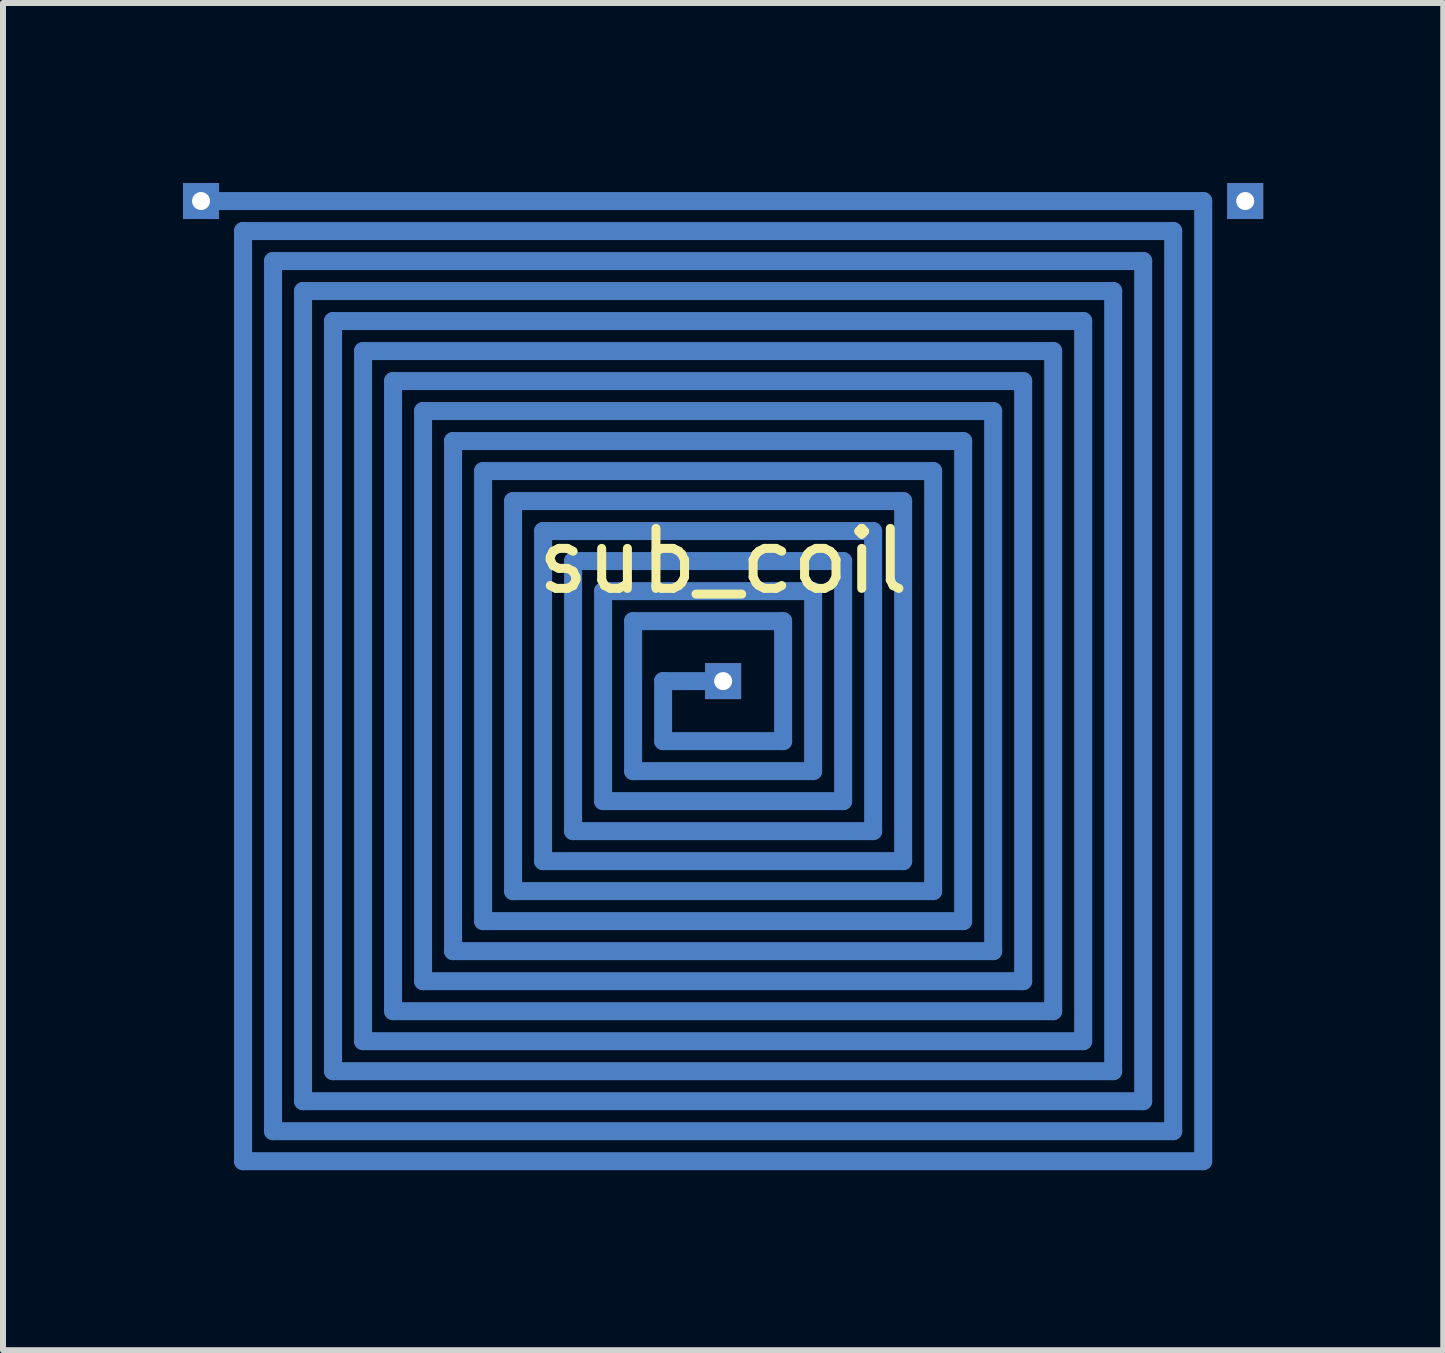
<source format=kicad_pcb>
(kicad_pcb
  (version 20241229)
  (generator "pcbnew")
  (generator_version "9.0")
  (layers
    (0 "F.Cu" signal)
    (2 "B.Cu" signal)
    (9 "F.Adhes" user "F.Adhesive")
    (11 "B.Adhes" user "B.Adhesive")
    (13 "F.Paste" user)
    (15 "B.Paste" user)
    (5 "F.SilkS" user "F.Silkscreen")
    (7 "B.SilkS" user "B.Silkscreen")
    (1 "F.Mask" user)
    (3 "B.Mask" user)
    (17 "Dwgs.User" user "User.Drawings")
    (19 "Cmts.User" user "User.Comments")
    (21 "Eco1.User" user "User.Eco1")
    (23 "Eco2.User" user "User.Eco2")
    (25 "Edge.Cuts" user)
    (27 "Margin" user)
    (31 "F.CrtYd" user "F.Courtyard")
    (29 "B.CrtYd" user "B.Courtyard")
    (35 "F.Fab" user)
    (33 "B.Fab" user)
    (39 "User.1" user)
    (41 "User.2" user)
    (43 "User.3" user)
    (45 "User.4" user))
  (footprint "sub_coil"
    (layer "F.Cu")
    (at 9 8.3)
    (property "Reference" "sub_coil" (at 0 -2 0) (layer "F.SilkS") (effects (font (size 1 1) (thickness 0.15))))
    (attr through_hole)
    (fp_line (start -8.7 -8) (end 8 -8) (stroke (width 0.3) (type solid)) (layer "B.Cu"))
    (fp_line (start -8 -7.5) (end 7.5 -7.5) (stroke (width 0.3) (type solid)) (layer "B.Cu"))
    (fp_line (start -8 8) (end -8 -7.5) (stroke (width 0.3) (type solid)) (layer "B.Cu"))
    (fp_line (start -7.5 -7) (end 7 -7) (stroke (width 0.3) (type solid)) (layer "B.Cu"))
    (fp_line (start -7.5 7.5) (end -7.5 -7) (stroke (width 0.3) (type solid)) (layer "B.Cu"))
    (fp_line (start -7 -6.5) (end 6.5 -6.5) (stroke (width 0.3) (type solid)) (layer "B.Cu"))
    (fp_line (start -7 7) (end -7 -6.5) (stroke (width 0.3) (type solid)) (layer "B.Cu"))
    (fp_line (start -6.5 -6) (end 6 -6) (stroke (width 0.3) (type solid)) (layer "B.Cu"))
    (fp_line (start -6.5 6.5) (end -6.5 -6) (stroke (width 0.3) (type solid)) (layer "B.Cu"))
    (fp_line (start -6 -5.5) (end 5.5 -5.5) (stroke (width 0.3) (type solid)) (layer "B.Cu"))
    (fp_line (start -6 6) (end -6 -5.5) (stroke (width 0.3) (type solid)) (layer "B.Cu"))
    (fp_line (start -5.5 -5) (end 5 -5) (stroke (width 0.3) (type solid)) (layer "B.Cu"))
    (fp_line (start -5.5 5.5) (end -5.5 -5) (stroke (width 0.3) (type solid)) (layer "B.Cu"))
    (fp_line (start -5 -4.5) (end 4.5 -4.5) (stroke (width 0.3) (type solid)) (layer "B.Cu"))
    (fp_line (start -5 5) (end -5 -4.5) (stroke (width 0.3) (type solid)) (layer "B.Cu"))
    (fp_line (start -4.5 -4) (end 4 -4) (stroke (width 0.3) (type solid)) (layer "B.Cu"))
    (fp_line (start -4.5 4.5) (end -4.5 -4) (stroke (width 0.3) (type solid)) (layer "B.Cu"))
    (fp_line (start -4 -3.5) (end 3.5 -3.5) (stroke (width 0.3) (type solid)) (layer "B.Cu"))
    (fp_line (start -4 4) (end -4 -3.5) (stroke (width 0.3) (type solid)) (layer "B.Cu"))
    (fp_line (start -3.5 -3) (end 3 -3) (stroke (width 0.3) (type solid)) (layer "B.Cu"))
    (fp_line (start -3.5 3.5) (end -3.5 -3) (stroke (width 0.3) (type solid)) (layer "B.Cu"))
    (fp_line (start -3 -2.5) (end 2.5 -2.5) (stroke (width 0.3) (type solid)) (layer "B.Cu"))
    (fp_line (start -3 3) (end -3 -2.5) (stroke (width 0.3) (type solid)) (layer "B.Cu"))
    (fp_line (start -2.5 -2) (end 2 -2) (stroke (width 0.3) (type solid)) (layer "B.Cu"))
    (fp_line (start -2.5 2.5) (end -2.5 -2) (stroke (width 0.3) (type solid)) (layer "B.Cu"))
    (fp_line (start -2 -1.5) (end 1.5 -1.5) (stroke (width 0.3) (type solid)) (layer "B.Cu"))
    (fp_line (start -2 2) (end -2 -1.5) (stroke (width 0.3) (type solid)) (layer "B.Cu"))
    (fp_line (start -1.5 -1) (end 1 -1) (stroke (width 0.3) (type solid)) (layer "B.Cu"))
    (fp_line (start -1.5 1.5) (end -1.5 -1) (stroke (width 0.3) (type solid)) (layer "B.Cu"))
    (fp_line (start -1 0) (end 0 0) (stroke (width 0.3) (type solid)) (layer "B.Cu"))
    (fp_line (start -1 1) (end -1 0) (stroke (width 0.3) (type solid)) (layer "B.Cu"))
    (fp_line (start 1 -1) (end 1 1) (stroke (width 0.3) (type solid)) (layer "B.Cu"))
    (fp_line (start 1 1) (end -1 1) (stroke (width 0.3) (type solid)) (layer "B.Cu"))
    (fp_line (start 1.5 -1.5) (end 1.5 1.5) (stroke (width 0.3) (type solid)) (layer "B.Cu"))
    (fp_line (start 1.5 1.5) (end -1.5 1.5) (stroke (width 0.3) (type solid)) (layer "B.Cu"))
    (fp_line (start 2 -2) (end 2 2) (stroke (width 0.3) (type solid)) (layer "B.Cu"))
    (fp_line (start 2 2) (end -2 2) (stroke (width 0.3) (type solid)) (layer "B.Cu"))
    (fp_line (start 2.5 -2.5) (end 2.5 2.5) (stroke (width 0.3) (type solid)) (layer "B.Cu"))
    (fp_line (start 2.5 2.5) (end -2.5 2.5) (stroke (width 0.3) (type solid)) (layer "B.Cu"))
    (fp_line (start 3 -3) (end 3 3) (stroke (width 0.3) (type solid)) (layer "B.Cu"))
    (fp_line (start 3 3) (end -3 3) (stroke (width 0.3) (type solid)) (layer "B.Cu"))
    (fp_line (start 3.5 -3.5) (end 3.5 3.5) (stroke (width 0.3) (type solid)) (layer "B.Cu"))
    (fp_line (start 3.5 3.5) (end -3.5 3.5) (stroke (width 0.3) (type solid)) (layer "B.Cu"))
    (fp_line (start 4 -4) (end 4 4) (stroke (width 0.3) (type solid)) (layer "B.Cu"))
    (fp_line (start 4 4) (end -4 4) (stroke (width 0.3) (type solid)) (layer "B.Cu"))
    (fp_line (start 4.5 -4.5) (end 4.5 4.5) (stroke (width 0.3) (type solid)) (layer "B.Cu"))
    (fp_line (start 4.5 4.5) (end -4.5 4.5) (stroke (width 0.3) (type solid)) (layer "B.Cu"))
    (fp_line (start 5 -5) (end 5 5) (stroke (width 0.3) (type solid)) (layer "B.Cu"))
    (fp_line (start 5 5) (end -5 5) (stroke (width 0.3) (type solid)) (layer "B.Cu"))
    (fp_line (start 5.5 -5.5) (end 5.5 5.5) (stroke (width 0.3) (type solid)) (layer "B.Cu"))
    (fp_line (start 5.5 5.5) (end -5.5 5.5) (stroke (width 0.3) (type solid)) (layer "B.Cu"))
    (fp_line (start 6 -6) (end 6 6) (stroke (width 0.3) (type solid)) (layer "B.Cu"))
    (fp_line (start 6 6) (end -6 6) (stroke (width 0.3) (type solid)) (layer "B.Cu"))
    (fp_line (start 6.5 -6.5) (end 6.5 6.5) (stroke (width 0.3) (type solid)) (layer "B.Cu"))
    (fp_line (start 6.5 6.5) (end -6.5 6.5) (stroke (width 0.3) (type solid)) (layer "B.Cu"))
    (fp_line (start 7 -7) (end 7 7) (stroke (width 0.3) (type solid)) (layer "B.Cu"))
    (fp_line (start 7 7) (end -7 7) (stroke (width 0.3) (type solid)) (layer "B.Cu"))
    (fp_line (start 7.5 -7.5) (end 7.5 7.5) (stroke (width 0.3) (type solid)) (layer "B.Cu"))
    (fp_line (start 7.5 7.5) (end -7.5 7.5) (stroke (width 0.3) (type solid)) (layer "B.Cu"))
    (fp_line (start 8 -8) (end 8 8) (stroke (width 0.3) (type solid)) (layer "B.Cu"))
    (fp_line (start 8 8) (end -8 8) (stroke (width 0.3) (type solid)) (layer "B.Cu"))
    (fp_line (start -8 -8) (end -8 8) (stroke (width 0.3) (type solid)) (layer "In1.Cu"))
    (fp_line (start -8 8) (end 8 8) (stroke (width 0.3) (type solid)) (layer "In1.Cu"))
    (fp_line (start -7.5 -7.5) (end -7.5 7.5) (stroke (width 0.3) (type solid)) (layer "In1.Cu"))
    (fp_line (start -7.5 7.5) (end 7.5 7.5) (stroke (width 0.3) (type solid)) (layer "In1.Cu"))
    (fp_line (start -7 -7) (end -7 7) (stroke (width 0.3) (type solid)) (layer "In1.Cu"))
    (fp_line (start -7 7) (end 7 7) (stroke (width 0.3) (type solid)) (layer "In1.Cu"))
    (fp_line (start -6.5 -6.5) (end -6.5 6.5) (stroke (width 0.3) (type solid)) (layer "In1.Cu"))
    (fp_line (start -6.5 6.5) (end 6.5 6.5) (stroke (width 0.3) (type solid)) (layer "In1.Cu"))
    (fp_line (start -6 -6) (end -6 6) (stroke (width 0.3) (type solid)) (layer "In1.Cu"))
    (fp_line (start -6 6) (end 6 6) (stroke (width 0.3) (type solid)) (layer "In1.Cu"))
    (fp_line (start -5.5 -5.5) (end -5.5 5.5) (stroke (width 0.3) (type solid)) (layer "In1.Cu"))
    (fp_line (start -5.5 5.5) (end 5.5 5.5) (stroke (width 0.3) (type solid)) (layer "In1.Cu"))
    (fp_line (start -5 -5) (end -5 5) (stroke (width 0.3) (type solid)) (layer "In1.Cu"))
    (fp_line (start -5 5) (end 5 5) (stroke (width 0.3) (type solid)) (layer "In1.Cu"))
    (fp_line (start -4.5 -4.5) (end -4.5 4.5) (stroke (width 0.3) (type solid)) (layer "In1.Cu"))
    (fp_line (start -4.5 4.5) (end 4.5 4.5) (stroke (width 0.3) (type solid)) (layer "In1.Cu"))
    (fp_line (start -4 -4) (end -4 4) (stroke (width 0.3) (type solid)) (layer "In1.Cu"))
    (fp_line (start -4 4) (end 4 4) (stroke (width 0.3) (type solid)) (layer "In1.Cu"))
    (fp_line (start -3.5 -3.5) (end -3.5 3.5) (stroke (width 0.3) (type solid)) (layer "In1.Cu"))
    (fp_line (start -3.5 3.5) (end 3.5 3.5) (stroke (width 0.3) (type solid)) (layer "In1.Cu"))
    (fp_line (start -3 -3) (end -3 3) (stroke (width 0.3) (type solid)) (layer "In1.Cu"))
    (fp_line (start -3 3) (end 3 3) (stroke (width 0.3) (type solid)) (layer "In1.Cu"))
    (fp_line (start -2.5 -2.5) (end -2.5 2.5) (stroke (width 0.3) (type solid)) (layer "In1.Cu"))
    (fp_line (start -2.5 2.5) (end 2.5 2.5) (stroke (width 0.3) (type solid)) (layer "In1.Cu"))
    (fp_line (start -2 -2) (end -2 2) (stroke (width 0.3) (type solid)) (layer "In1.Cu"))
    (fp_line (start -2 2) (end 2 2) (stroke (width 0.3) (type solid)) (layer "In1.Cu"))
    (fp_line (start -1.5 -1.5) (end -1.5 1.5) (stroke (width 0.3) (type solid)) (layer "In1.Cu"))
    (fp_line (start -1.5 1.5) (end 1.5 1.5) (stroke (width 0.3) (type solid)) (layer "In1.Cu"))
    (fp_line (start -1 -1) (end -1 1) (stroke (width 0.3) (type solid)) (layer "In1.Cu"))
    (fp_line (start -1 1) (end 1 1) (stroke (width 0.3) (type solid)) (layer "In1.Cu"))
    (fp_line (start 1 0) (end 0 0) (stroke (width 0.3) (type solid)) (layer "In1.Cu"))
    (fp_line (start 1 1) (end 1 0) (stroke (width 0.3) (type solid)) (layer "In1.Cu"))
    (fp_line (start 1.5 -1) (end -1 -1) (stroke (width 0.3) (type solid)) (layer "In1.Cu"))
    (fp_line (start 1.5 1.5) (end 1.5 -1) (stroke (width 0.3) (type solid)) (layer "In1.Cu"))
    (fp_line (start 2 -1.5) (end -1.5 -1.5) (stroke (width 0.3) (type solid)) (layer "In1.Cu"))
    (fp_line (start 2 2) (end 2 -1.5) (stroke (width 0.3) (type solid)) (layer "In1.Cu"))
    (fp_line (start 2.5 -2) (end -2 -2) (stroke (width 0.3) (type solid)) (layer "In1.Cu"))
    (fp_line (start 2.5 2.5) (end 2.5 -2) (stroke (width 0.3) (type solid)) (layer "In1.Cu"))
    (fp_line (start 3 -2.5) (end -2.5 -2.5) (stroke (width 0.3) (type solid)) (layer "In1.Cu"))
    (fp_line (start 3 3) (end 3 -2.5) (stroke (width 0.3) (type solid)) (layer "In1.Cu"))
    (fp_line (start 3.5 -3) (end -3 -3) (stroke (width 0.3) (type solid)) (layer "In1.Cu"))
    (fp_line (start 3.5 3.5) (end 3.5 -3) (stroke (width 0.3) (type solid)) (layer "In1.Cu"))
    (fp_line (start 4 -3.5) (end -3.5 -3.5) (stroke (width 0.3) (type solid)) (layer "In1.Cu"))
    (fp_line (start 4 4) (end 4 -3.5) (stroke (width 0.3) (type solid)) (layer "In1.Cu"))
    (fp_line (start 4.5 -4) (end -4 -4) (stroke (width 0.3) (type solid)) (layer "In1.Cu"))
    (fp_line (start 4.5 4.5) (end 4.5 -4) (stroke (width 0.3) (type solid)) (layer "In1.Cu"))
    (fp_line (start 5 -4.5) (end -4.5 -4.5) (stroke (width 0.3) (type solid)) (layer "In1.Cu"))
    (fp_line (start 5 5) (end 5 -4.5) (stroke (width 0.3) (type solid)) (layer "In1.Cu"))
    (fp_line (start 5.5 -5) (end -5 -5) (stroke (width 0.3) (type solid)) (layer "In1.Cu"))
    (fp_line (start 5.5 5.5) (end 5.5 -5) (stroke (width 0.3) (type solid)) (layer "In1.Cu"))
    (fp_line (start 6 -5.5) (end -5.5 -5.5) (stroke (width 0.3) (type solid)) (layer "In1.Cu"))
    (fp_line (start 6 6) (end 6 -5.5) (stroke (width 0.3) (type solid)) (layer "In1.Cu"))
    (fp_line (start 6.5 -6) (end -6 -6) (stroke (width 0.3) (type solid)) (layer "In1.Cu"))
    (fp_line (start 6.5 6.5) (end 6.5 -6) (stroke (width 0.3) (type solid)) (layer "In1.Cu"))
    (fp_line (start 7 -6.5) (end -6.5 -6.5) (stroke (width 0.3) (type solid)) (layer "In1.Cu"))
    (fp_line (start 7 7) (end 7 -6.5) (stroke (width 0.3) (type solid)) (layer "In1.Cu"))
    (fp_line (start 7.5 -7) (end -7 -7) (stroke (width 0.3) (type solid)) (layer "In1.Cu"))
    (fp_line (start 7.5 7.5) (end 7.5 -7) (stroke (width 0.3) (type solid)) (layer "In1.Cu"))
    (fp_line (start 8 -7.5) (end -7.5 -7.5) (stroke (width 0.3) (type solid)) (layer "In1.Cu"))
    (fp_line (start 8 8) (end 8 -7.5) (stroke (width 0.3) (type solid)) (layer "In1.Cu"))
    (fp_line (start 8.7 -8) (end -8 -8) (stroke (width 0.3) (type solid)) (layer "In1.Cu"))
    (pad "1" thru_hole rect (at 0 0) (size 0.6 0.6) (drill 0.3) (layers "*.Cu" "*.Mask"))
    (pad "2" thru_hole rect (at 8.7 -8) (size 0.6 0.6) (drill 0.3) (layers "*.Cu" "*.Mask"))
    (pad "3" thru_hole rect (at -8.7 -8) (size 0.6 0.6) (drill 0.3) (layers "*.Cu" "*.Mask")))
  (gr_rect
    (start -3 -3)
    (end 21 19.45)
    (stroke (width 0.1) (type default))
    (fill no)
    (layer "Edge.Cuts")))
</source>
